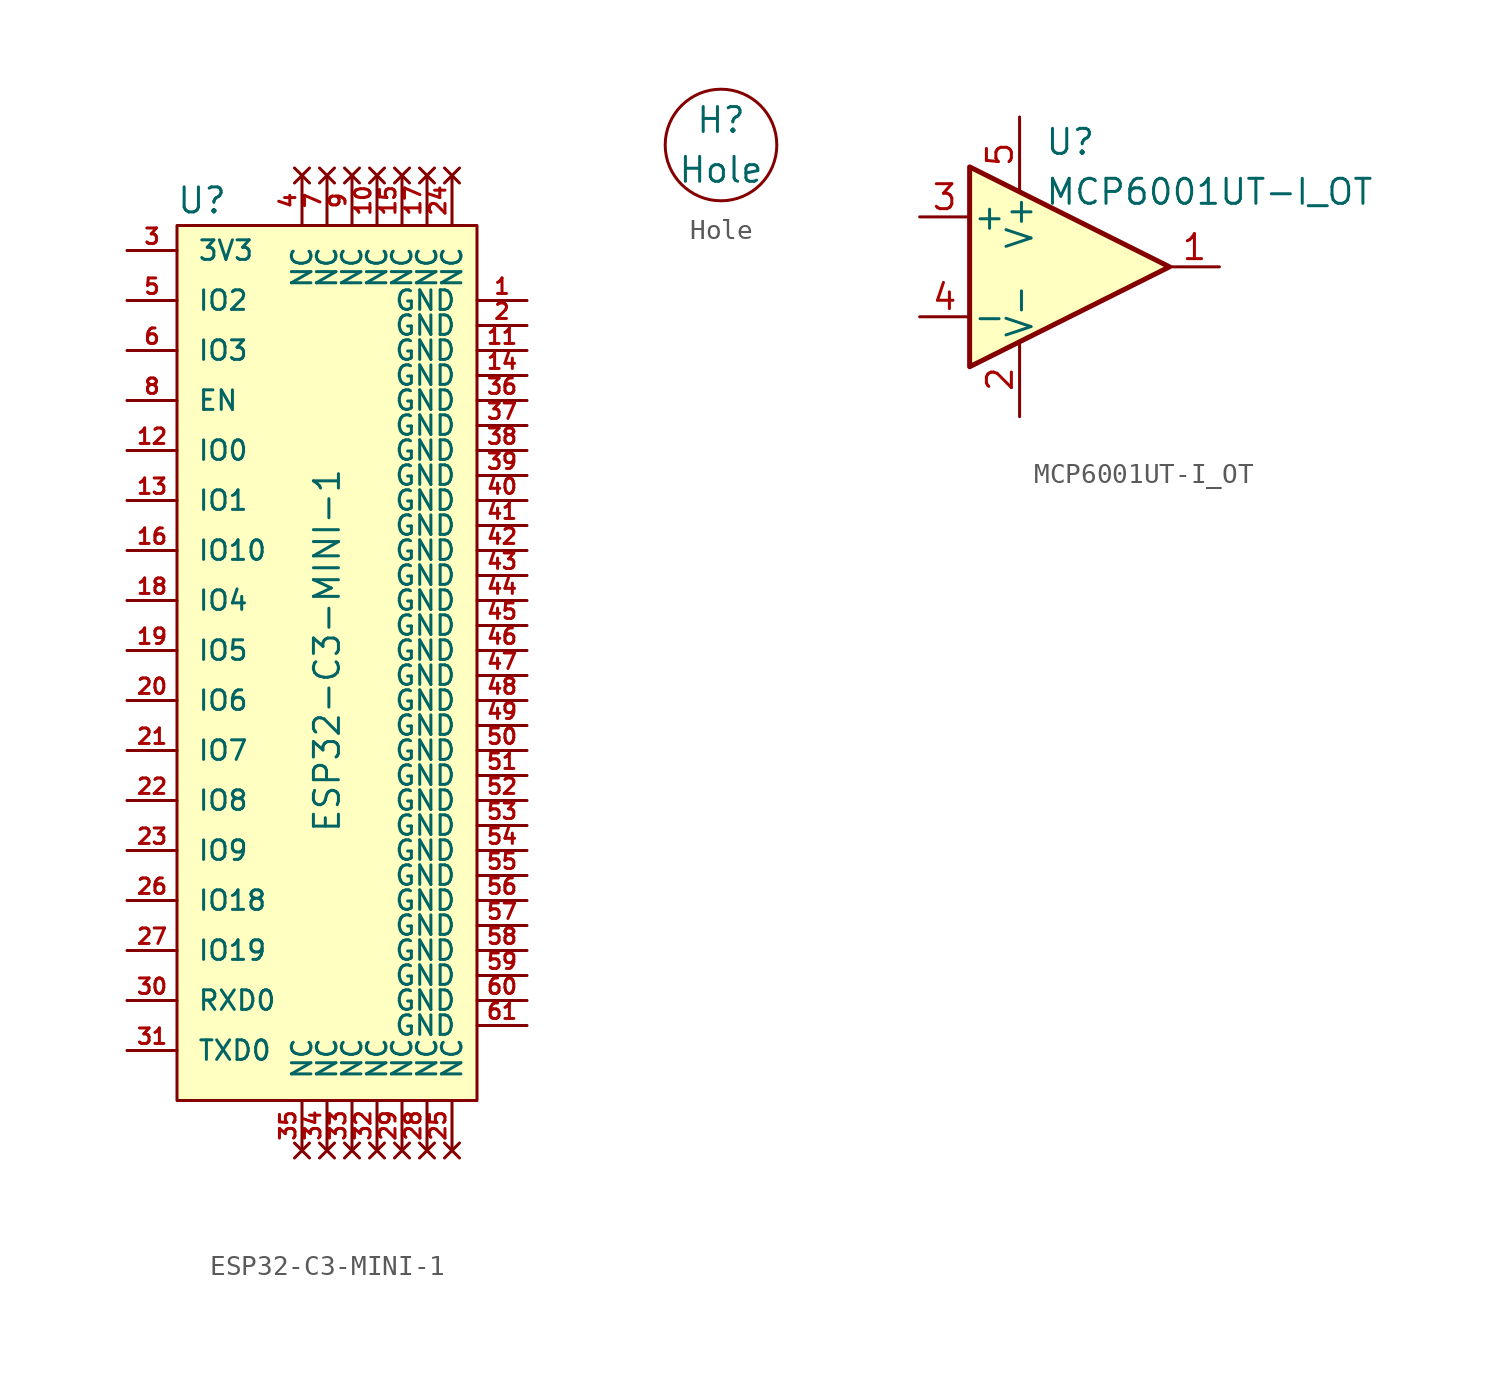
<source format=kicad_sym>
(kicad_symbol_lib
  (version 20220914)
  (generator kicad_symbol_editor)
  (symbol "ESP32-C3-MINI-1"
    (pin_names
      (offset 1.016))
    (property "Reference" "U"
      (at -6.35 22.86 0)
      (effects (font (size 1.27 1.27))))
    (property "Value" "ESP32-C3-MINI-1"
      (at 0 0 90)
      (effects (font (size 1.27 1.27))))
    (symbol "ESP32-C3-MINI-1_0_1"
      (rectangle (start 7.62 21.59) (end -7.62 -22.86) (stroke (width 0) (type default)) (fill (type background))))
    (symbol "ESP32-C3-MINI-1_1_1"
      (pin input line (at 10.16 17.78 180) (length 2.54) (name "GND" (effects (font (size 0.991 0.991)))) (number "1" (effects (font (size 0.787 0.787)))))
      (pin no_connect line (at 2.54 24.13 270) (length 2.54) (name "NC" (effects (font (size 0.991 0.991)))) (number "10" (effects (font (size 0.787 0.787)))))
      (pin input line (at 10.16 15.24 180) (length 2.54) (name "GND" (effects (font (size 0.991 0.991)))) (number "11" (effects (font (size 0.787 0.787)))))
      (pin input line (at -10.16 10.16 0) (length 2.54) (name "IO0" (effects (font (size 0.991 0.991)))) (number "12" (effects (font (size 0.787 0.787)))))
      (pin input line (at -10.16 7.62 0) (length 2.54) (name "IO1" (effects (font (size 0.991 0.991)))) (number "13" (effects (font (size 0.787 0.787)))))
      (pin input line (at 10.16 13.97 180) (length 2.54) (name "GND" (effects (font (size 0.991 0.991)))) (number "14" (effects (font (size 0.787 0.787)))))
      (pin no_connect line (at 3.81 24.13 270) (length 2.54) (name "NC" (effects (font (size 0.991 0.991)))) (number "15" (effects (font (size 0.787 0.787)))))
      (pin input line (at -10.16 5.08 0) (length 2.54) (name "IO10" (effects (font (size 0.991 0.991)))) (number "16" (effects (font (size 0.787 0.787)))))
      (pin no_connect line (at 5.08 24.13 270) (length 2.54) (name "NC" (effects (font (size 0.991 0.991)))) (number "17" (effects (font (size 0.787 0.787)))))
      (pin input line (at -10.16 2.54 0) (length 2.54) (name "IO4" (effects (font (size 0.991 0.991)))) (number "18" (effects (font (size 0.787 0.787)))))
      (pin input line (at -10.16 0 0) (length 2.54) (name "IO5" (effects (font (size 0.991 0.991)))) (number "19" (effects (font (size 0.787 0.787)))))
      (pin input line (at 10.16 16.51 180) (length 2.54) (name "GND" (effects (font (size 0.991 0.991)))) (number "2" (effects (font (size 0.787 0.787)))))
      (pin input line (at -10.16 -2.54 0) (length 2.54) (name "IO6" (effects (font (size 0.991 0.991)))) (number "20" (effects (font (size 0.787 0.787)))))
      (pin input line (at -10.16 -5.08 0) (length 2.54) (name "IO7" (effects (font (size 0.991 0.991)))) (number "21" (effects (font (size 0.787 0.787)))))
      (pin input line (at -10.16 -7.62 0) (length 2.54) (name "IO8" (effects (font (size 0.991 0.991)))) (number "22" (effects (font (size 0.787 0.787)))))
      (pin input line (at -10.16 -10.16 0) (length 2.54) (name "IO9" (effects (font (size 0.991 0.991)))) (number "23" (effects (font (size 0.787 0.787)))))
      (pin no_connect line (at 6.35 24.13 270) (length 2.54) (name "NC" (effects (font (size 0.991 0.991)))) (number "24" (effects (font (size 0.787 0.787)))))
      (pin no_connect line (at 6.35 -25.4 90) (length 2.54) (name "NC" (effects (font (size 0.991 0.991)))) (number "25" (effects (font (size 0.787 0.787)))))
      (pin input line (at -10.16 -12.7 0) (length 2.54) (name "IO18" (effects (font (size 0.991 0.991)))) (number "26" (effects (font (size 0.787 0.787)))))
      (pin input line (at -10.16 -15.24 0) (length 2.54) (name "IO19" (effects (font (size 0.991 0.991)))) (number "27" (effects (font (size 0.787 0.787)))))
      (pin no_connect line (at 5.08 -25.4 90) (length 2.54) (name "NC" (effects (font (size 0.991 0.991)))) (number "28" (effects (font (size 0.787 0.787)))))
      (pin no_connect line (at 3.81 -25.4 90) (length 2.54) (name "NC" (effects (font (size 0.991 0.991)))) (number "29" (effects (font (size 0.787 0.787)))))
      (pin input line (at -10.16 20.32 0) (length 2.54) (name "3V3" (effects (font (size 0.991 0.991)))) (number "3" (effects (font (size 0.787 0.787)))))
      (pin input line (at -10.16 -17.78 0) (length 2.54) (name "RXD0" (effects (font (size 0.991 0.991)))) (number "30" (effects (font (size 0.787 0.787)))))
      (pin input line (at -10.16 -20.32 0) (length 2.54) (name "TXD0" (effects (font (size 0.991 0.991)))) (number "31" (effects (font (size 0.787 0.787)))))
      (pin no_connect line (at 2.54 -25.4 90) (length 2.54) (name "NC" (effects (font (size 0.991 0.991)))) (number "32" (effects (font (size 0.787 0.787)))))
      (pin no_connect line (at 1.27 -25.4 90) (length 2.54) (name "NC" (effects (font (size 0.991 0.991)))) (number "33" (effects (font (size 0.787 0.787)))))
      (pin no_connect line (at 0 -25.4 90) (length 2.54) (name "NC" (effects (font (size 0.991 0.991)))) (number "34" (effects (font (size 0.787 0.787)))))
      (pin no_connect line (at -1.27 -25.4 90) (length 2.54) (name "NC" (effects (font (size 0.991 0.991)))) (number "35" (effects (font (size 0.787 0.787)))))
      (pin input line (at 10.16 12.7 180) (length 2.54) (name "GND" (effects (font (size 0.991 0.991)))) (number "36" (effects (font (size 0.787 0.787)))))
      (pin input line (at 10.16 11.43 180) (length 2.54) (name "GND" (effects (font (size 0.991 0.991)))) (number "37" (effects (font (size 0.787 0.787)))))
      (pin input line (at 10.16 10.16 180) (length 2.54) (name "GND" (effects (font (size 0.991 0.991)))) (number "38" (effects (font (size 0.787 0.787)))))
      (pin input line (at 10.16 8.89 180) (length 2.54) (name "GND" (effects (font (size 0.991 0.991)))) (number "39" (effects (font (size 0.787 0.787)))))
      (pin no_connect line (at -1.27 24.13 270) (length 2.54) (name "NC" (effects (font (size 0.991 0.991)))) (number "4" (effects (font (size 0.787 0.787)))))
      (pin input line (at 10.16 7.62 180) (length 2.54) (name "GND" (effects (font (size 0.991 0.991)))) (number "40" (effects (font (size 0.787 0.787)))))
      (pin input line (at 10.16 6.35 180) (length 2.54) (name "GND" (effects (font (size 0.991 0.991)))) (number "41" (effects (font (size 0.787 0.787)))))
      (pin input line (at 10.16 5.08 180) (length 2.54) (name "GND" (effects (font (size 0.991 0.991)))) (number "42" (effects (font (size 0.787 0.787)))))
      (pin input line (at 10.16 3.81 180) (length 2.54) (name "GND" (effects (font (size 0.991 0.991)))) (number "43" (effects (font (size 0.787 0.787)))))
      (pin input line (at 10.16 2.54 180) (length 2.54) (name "GND" (effects (font (size 0.991 0.991)))) (number "44" (effects (font (size 0.787 0.787)))))
      (pin input line (at 10.16 1.27 180) (length 2.54) (name "GND" (effects (font (size 0.991 0.991)))) (number "45" (effects (font (size 0.787 0.787)))))
      (pin input line (at 10.16 0 180) (length 2.54) (name "GND" (effects (font (size 0.991 0.991)))) (number "46" (effects (font (size 0.787 0.787)))))
      (pin input line (at 10.16 -1.27 180) (length 2.54) (name "GND" (effects (font (size 0.991 0.991)))) (number "47" (effects (font (size 0.787 0.787)))))
      (pin input line (at 10.16 -2.54 180) (length 2.54) (name "GND" (effects (font (size 0.991 0.991)))) (number "48" (effects (font (size 0.787 0.787)))))
      (pin input line (at 10.16 -3.81 180) (length 2.54) (name "GND" (effects (font (size 0.991 0.991)))) (number "49" (effects (font (size 0.787 0.787)))))
      (pin input line (at -10.16 17.78 0) (length 2.54) (name "IO2" (effects (font (size 0.991 0.991)))) (number "5" (effects (font (size 0.787 0.787)))))
      (pin input line (at 10.16 -5.08 180) (length 2.54) (name "GND" (effects (font (size 0.991 0.991)))) (number "50" (effects (font (size 0.787 0.787)))))
      (pin input line (at 10.16 -6.35 180) (length 2.54) (name "GND" (effects (font (size 0.991 0.991)))) (number "51" (effects (font (size 0.787 0.787)))))
      (pin input line (at 10.16 -7.62 180) (length 2.54) (name "GND" (effects (font (size 0.991 0.991)))) (number "52" (effects (font (size 0.787 0.787)))))
      (pin input line (at 10.16 -8.89 180) (length 2.54) (name "GND" (effects (font (size 0.991 0.991)))) (number "53" (effects (font (size 0.787 0.787)))))
      (pin input line (at 10.16 -10.16 180) (length 2.54) (name "GND" (effects (font (size 0.991 0.991)))) (number "54" (effects (font (size 0.787 0.787)))))
      (pin input line (at 10.16 -11.43 180) (length 2.54) (name "GND" (effects (font (size 0.991 0.991)))) (number "55" (effects (font (size 0.787 0.787)))))
      (pin input line (at 10.16 -12.7 180) (length 2.54) (name "GND" (effects (font (size 0.991 0.991)))) (number "56" (effects (font (size 0.787 0.787)))))
      (pin input line (at 10.16 -13.97 180) (length 2.54) (name "GND" (effects (font (size 0.991 0.991)))) (number "57" (effects (font (size 0.787 0.787)))))
      (pin input line (at 10.16 -15.24 180) (length 2.54) (name "GND" (effects (font (size 0.991 0.991)))) (number "58" (effects (font (size 0.787 0.787)))))
      (pin input line (at 10.16 -16.51 180) (length 2.54) (name "GND" (effects (font (size 0.991 0.991)))) (number "59" (effects (font (size 0.787 0.787)))))
      (pin input line (at -10.16 15.24 0) (length 2.54) (name "IO3" (effects (font (size 0.991 0.991)))) (number "6" (effects (font (size 0.787 0.787)))))
      (pin input line (at 10.16 -17.78 180) (length 2.54) (name "GND" (effects (font (size 0.991 0.991)))) (number "60" (effects (font (size 0.787 0.787)))))
      (pin input line (at 10.16 -19.05 180) (length 2.54) (name "GND" (effects (font (size 0.991 0.991)))) (number "61" (effects (font (size 0.787 0.787)))))
      (pin no_connect line (at 0 24.13 270) (length 2.54) (name "NC" (effects (font (size 0.991 0.991)))) (number "7" (effects (font (size 0.787 0.787)))))
      (pin input line (at -10.16 12.7 0) (length 2.54) (name "EN" (effects (font (size 0.991 0.991)))) (number "8" (effects (font (size 0.787 0.787)))))
      (pin no_connect line (at 1.27 24.13 270) (length 2.54) (name "NC" (effects (font (size 0.991 0.991)))) (number "9" (effects (font (size 0.787 0.787)))))))
  (symbol "Hole"
    (pin_names
      (offset 1.016))
    (property "Reference" "H"
      (at 0 1.27 0)
      (effects (font (size 1.27 1.27))))
    (property "Value" "Hole"
      (at 0 -1.27 0)
      (effects (font (size 1.27 1.27))))
    (symbol "Hole_0_1"
      (circle (center 0 0) (radius 2.845) (stroke (width 0) (type default)) (fill (type none)))))
  (symbol "MCP6001UT-I_OT"
    (pin_names
      (offset 0.127))
    (property "Reference" "U"
      (at -1.27 6.35 0)
      (effects (font (size 1.27 1.27)) (justify left)))
    (property "Value" "MCP6001UT-I_OT"
      (at -1.27 3.81 0)
      (effects (font (size 1.27 1.27)) (justify left)))
    (symbol "MCP6001UT-I_OT_0_1"
      (polyline (pts (xy -5.08 5.08) (xy 5.08 0) (xy -5.08 -5.08) (xy -5.08 5.08)) (stroke (width 0.254) (type default)) (fill (type background)))
      (pin power_in line (at -2.54 -7.62 90) (length 3.81) (name "V-" (effects (font (size 1.27 1.27)))) (number "2" (effects (font (size 1.27 1.27)))))
      (pin power_in line (at -2.54 7.62 270) (length 3.81) (name "V+" (effects (font (size 1.27 1.27)))) (number "5" (effects (font (size 1.27 1.27))))))
    (symbol "MCP6001UT-I_OT_1_1"
      (pin output line (at 7.62 0 180) (length 2.54) (name "~" (effects (font (size 1.27 1.27)))) (number "1" (effects (font (size 1.27 1.27)))))
      (pin input line (at -7.62 2.54 0) (length 2.54) (name "+" (effects (font (size 1.27 1.27)))) (number "3" (effects (font (size 1.27 1.27)))))
      (pin input line (at -7.62 -2.54 0) (length 2.54) (name "-" (effects (font (size 1.27 1.27)))) (number "4" (effects (font (size 1.27 1.27))))))))
</source>
